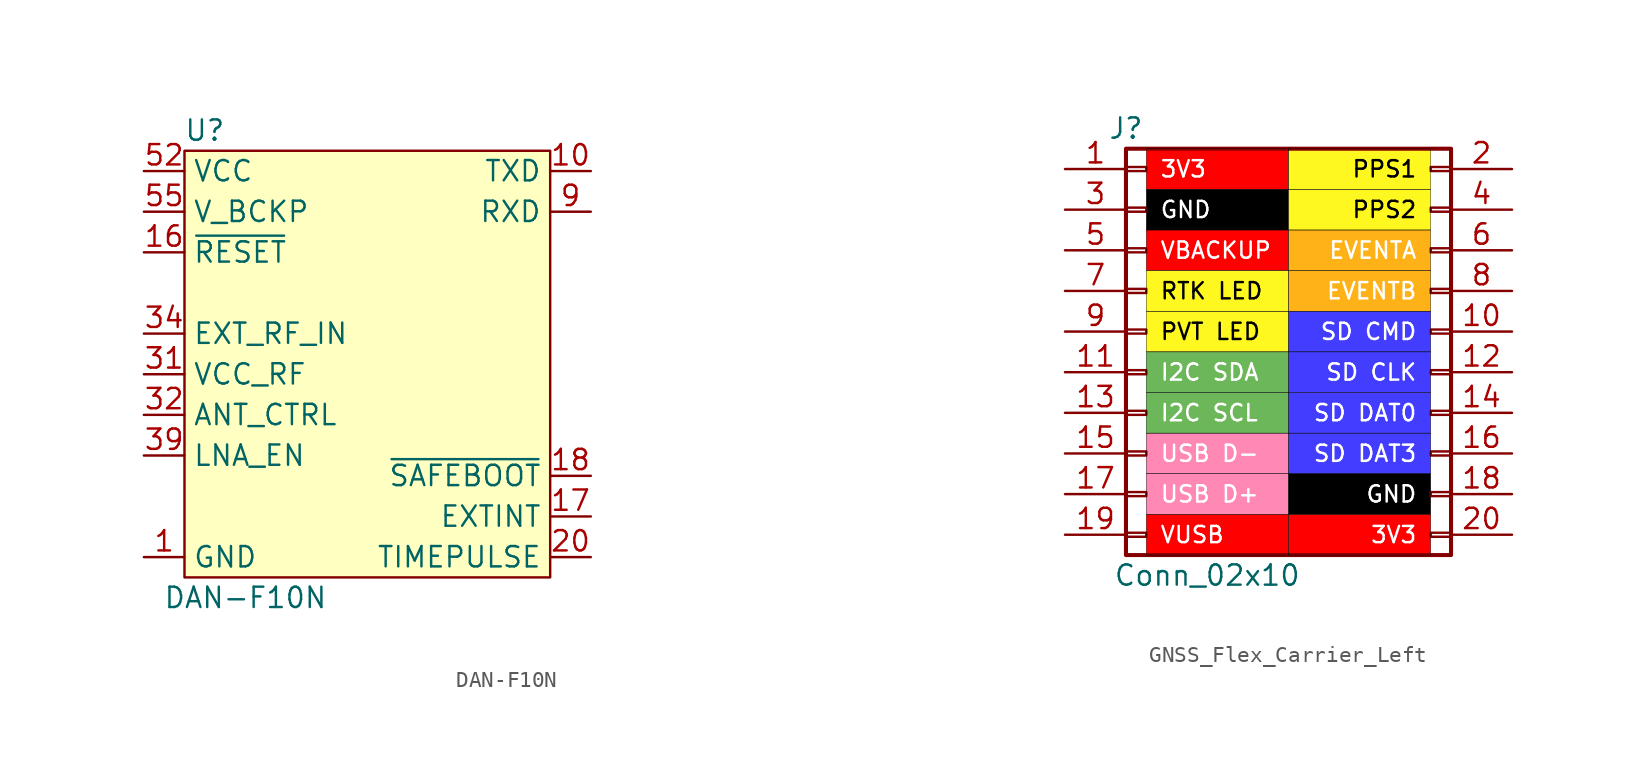
<source format=kicad_sym>
(kicad_symbol_lib
  (version 20241209)
  (generator "kicad_symbol_editor")
  (generator_version "9.0")
  (symbol "DAN-F10N"
    (property "Reference" "U"
      (at -10.16 13.97 0)
      (effects (font (size 1.27 1.27))))
    (property "Value" "DAN-F10N"
      (at -7.62 -15.24 0)
      (effects (font (size 1.27 1.27))))
    (symbol "DAN-F10N_1_1"
      (rectangle (start -11.43 12.7) (end 11.43 -13.97) (stroke (width 0) (type default)) (fill (type background)))
      (pin power_in line (at -13.97 11.43 0) (length 2.54) (name "VCC" (effects (font (size 1.27 1.27)))) (number "52" (effects (font (size 1.27 1.27)))))
      (pin power_in line (at -13.97 11.43 0) (length 2.54) (hide yes) (name "VCC" (effects (font (size 1.27 1.27)))) (number "53" (effects (font (size 1.27 1.27)))))
      (pin power_in line (at -13.97 8.89 0) (length 2.54) (name "V_BCKP" (effects (font (size 1.27 1.27)))) (number "55" (effects (font (size 1.27 1.27)))))
      (pin input line (at -13.97 6.35 0) (length 2.54) (name "~{RESET}" (effects (font (size 1.27 1.27)))) (number "16" (effects (font (size 1.27 1.27)))))
      (pin input line (at -13.97 1.27 0) (length 2.54) (name "EXT_RF_IN" (effects (font (size 1.27 1.27)))) (number "34" (effects (font (size 1.27 1.27)))))
      (pin output line (at -13.97 -1.27 0) (length 2.54) (name "VCC_RF" (effects (font (size 1.27 1.27)))) (number "31" (effects (font (size 1.27 1.27)))))
      (pin input line (at -13.97 -3.81 0) (length 2.54) (name "ANT_CTRL" (effects (font (size 1.27 1.27)))) (number "32" (effects (font (size 1.27 1.27)))))
      (pin output line (at -13.97 -6.35 0) (length 2.54) (name "LNA_EN" (effects (font (size 1.27 1.27)))) (number "39" (effects (font (size 1.27 1.27)))))
      (pin power_in line (at -13.97 -12.7 0) (length 2.54) (name "GND" (effects (font (size 1.27 1.27)))) (number "1" (effects (font (size 1.27 1.27)))))
      (pin power_in line (at -13.97 -12.7 0) (length 2.54) (hide yes) (name "GND" (effects (font (size 1.27 1.27)))) (number "13" (effects (font (size 1.27 1.27)))))
      (pin power_in line (at -13.97 -12.7 0) (length 2.54) (hide yes) (name "GND" (effects (font (size 1.27 1.27)))) (number "14" (effects (font (size 1.27 1.27)))))
      (pin power_in line (at -13.97 -12.7 0) (length 2.54) (hide yes) (name "GND" (effects (font (size 1.27 1.27)))) (number "15" (effects (font (size 1.27 1.27)))))
      (pin power_in line (at -13.97 -12.7 0) (length 2.54) (hide yes) (name "GND" (effects (font (size 1.27 1.27)))) (number "19" (effects (font (size 1.27 1.27)))))
      (pin power_in line (at -13.97 -12.7 0) (length 2.54) (hide yes) (name "GND" (effects (font (size 1.27 1.27)))) (number "2" (effects (font (size 1.27 1.27)))))
      (pin power_in line (at -13.97 -12.7 0) (length 2.54) (hide yes) (name "GND" (effects (font (size 1.27 1.27)))) (number "21" (effects (font (size 1.27 1.27)))))
      (pin power_in line (at -13.97 -12.7 0) (length 2.54) (hide yes) (name "GND" (effects (font (size 1.27 1.27)))) (number "22" (effects (font (size 1.27 1.27)))))
      (pin power_in line (at -13.97 -12.7 0) (length 2.54) (hide yes) (name "GND" (effects (font (size 1.27 1.27)))) (number "23" (effects (font (size 1.27 1.27)))))
      (pin power_in line (at -13.97 -12.7 0) (length 2.54) (hide yes) (name "GND" (effects (font (size 1.27 1.27)))) (number "26" (effects (font (size 1.27 1.27)))))
      (pin power_in line (at -13.97 -12.7 0) (length 2.54) (hide yes) (name "GND" (effects (font (size 1.27 1.27)))) (number "27" (effects (font (size 1.27 1.27)))))
      (pin power_in line (at -13.97 -12.7 0) (length 2.54) (hide yes) (name "GND" (effects (font (size 1.27 1.27)))) (number "28" (effects (font (size 1.27 1.27)))))
      (pin power_in line (at -13.97 -12.7 0) (length 2.54) (hide yes) (name "GND" (effects (font (size 1.27 1.27)))) (number "29" (effects (font (size 1.27 1.27)))))
      (pin power_in line (at -13.97 -12.7 0) (length 2.54) (hide yes) (name "GND" (effects (font (size 1.27 1.27)))) (number "3" (effects (font (size 1.27 1.27)))))
      (pin power_in line (at -13.97 -12.7 0) (length 2.54) (hide yes) (name "GND" (effects (font (size 1.27 1.27)))) (number "30" (effects (font (size 1.27 1.27)))))
      (pin power_in line (at -13.97 -12.7 0) (length 2.54) (hide yes) (name "GND" (effects (font (size 1.27 1.27)))) (number "33" (effects (font (size 1.27 1.27)))))
      (pin power_in line (at -13.97 -12.7 0) (length 2.54) (hide yes) (name "GND" (effects (font (size 1.27 1.27)))) (number "35" (effects (font (size 1.27 1.27)))))
      (pin power_in line (at -13.97 -12.7 0) (length 2.54) (hide yes) (name "GND" (effects (font (size 1.27 1.27)))) (number "37" (effects (font (size 1.27 1.27)))))
      (pin power_in line (at -13.97 -12.7 0) (length 2.54) (hide yes) (name "GND" (effects (font (size 1.27 1.27)))) (number "38" (effects (font (size 1.27 1.27)))))
      (pin power_in line (at -13.97 -12.7 0) (length 2.54) (hide yes) (name "GND" (effects (font (size 1.27 1.27)))) (number "4" (effects (font (size 1.27 1.27)))))
      (pin power_in line (at -13.97 -12.7 0) (length 2.54) (hide yes) (name "GND" (effects (font (size 1.27 1.27)))) (number "40" (effects (font (size 1.27 1.27)))))
      (pin power_in line (at -13.97 -12.7 0) (length 2.54) (hide yes) (name "GND" (effects (font (size 1.27 1.27)))) (number "41" (effects (font (size 1.27 1.27)))))
      (pin power_in line (at -13.97 -12.7 0) (length 2.54) (hide yes) (name "GND" (effects (font (size 1.27 1.27)))) (number "42" (effects (font (size 1.27 1.27)))))
      (pin power_in line (at -13.97 -12.7 0) (length 2.54) (hide yes) (name "GND" (effects (font (size 1.27 1.27)))) (number "43" (effects (font (size 1.27 1.27)))))
      (pin power_in line (at -13.97 -12.7 0) (length 2.54) (hide yes) (name "GND" (effects (font (size 1.27 1.27)))) (number "44" (effects (font (size 1.27 1.27)))))
      (pin power_in line (at -13.97 -12.7 0) (length 2.54) (hide yes) (name "GND" (effects (font (size 1.27 1.27)))) (number "47" (effects (font (size 1.27 1.27)))))
      (pin power_in line (at -13.97 -12.7 0) (length 2.54) (hide yes) (name "GND" (effects (font (size 1.27 1.27)))) (number "48" (effects (font (size 1.27 1.27)))))
      (pin power_in line (at -13.97 -12.7 0) (length 2.54) (hide yes) (name "GND" (effects (font (size 1.27 1.27)))) (number "49" (effects (font (size 1.27 1.27)))))
      (pin power_in line (at -13.97 -12.7 0) (length 2.54) (hide yes) (name "GND" (effects (font (size 1.27 1.27)))) (number "5" (effects (font (size 1.27 1.27)))))
      (pin power_in line (at -13.97 -12.7 0) (length 2.54) (hide yes) (name "GND" (effects (font (size 1.27 1.27)))) (number "50" (effects (font (size 1.27 1.27)))))
      (pin power_in line (at -13.97 -12.7 0) (length 2.54) (hide yes) (name "GND" (effects (font (size 1.27 1.27)))) (number "51" (effects (font (size 1.27 1.27)))))
      (pin power_in line (at -13.97 -12.7 0) (length 2.54) (hide yes) (name "GND" (effects (font (size 1.27 1.27)))) (number "54" (effects (font (size 1.27 1.27)))))
      (pin power_in line (at -13.97 -12.7 0) (length 2.54) (hide yes) (name "GND" (effects (font (size 1.27 1.27)))) (number "56" (effects (font (size 1.27 1.27)))))
      (pin power_in line (at -13.97 -12.7 0) (length 2.54) (hide yes) (name "GND" (effects (font (size 1.27 1.27)))) (number "57" (effects (font (size 1.27 1.27)))))
      (pin power_in line (at -13.97 -12.7 0) (length 2.54) (hide yes) (name "GND" (effects (font (size 1.27 1.27)))) (number "6" (effects (font (size 1.27 1.27)))))
      (pin power_in line (at -13.97 -12.7 0) (length 2.54) (hide yes) (name "GND" (effects (font (size 1.27 1.27)))) (number "7" (effects (font (size 1.27 1.27)))))
      (pin power_in line (at -13.97 -12.7 0) (length 2.54) (hide yes) (name "GND" (effects (font (size 1.27 1.27)))) (number "8" (effects (font (size 1.27 1.27)))))
      (pin output line (at 13.97 11.43 180) (length 2.54) (name "TXD" (effects (font (size 1.27 1.27)))) (number "10" (effects (font (size 1.27 1.27)))))
      (pin input line (at 13.97 8.89 180) (length 2.54) (name "RXD" (effects (font (size 1.27 1.27)))) (number "9" (effects (font (size 1.27 1.27)))))
      (pin input line (at 13.97 -7.62 180) (length 2.54) (name "~{SAFEBOOT}" (effects (font (size 1.27 1.27)))) (number "18" (effects (font (size 1.27 1.27)))))
      (pin input line (at 13.97 -10.16 180) (length 2.54) (name "EXTINT" (effects (font (size 1.27 1.27)))) (number "17" (effects (font (size 1.27 1.27)))))
      (pin output line (at 13.97 -12.7 180) (length 2.54) (name "TIMEPULSE" (effects (font (size 1.27 1.27)))) (number "20" (effects (font (size 1.27 1.27)))))
      (pin no_connect line (at 29.21 3.81 0) (length 2.54) (hide yes) (name "Reserved" (effects (font (size 1.27 1.27)))) (number "11" (effects (font (size 1.27 1.27)))))
      (pin no_connect line (at 29.21 1.27 0) (length 2.54) (hide yes) (name "Reserved" (effects (font (size 1.27 1.27)))) (number "12" (effects (font (size 1.27 1.27)))))
      (pin no_connect line (at 29.21 -1.27 0) (length 2.54) (hide yes) (name "Reserved" (effects (font (size 1.27 1.27)))) (number "24" (effects (font (size 1.27 1.27)))))
      (pin no_connect line (at 29.21 -3.81 0) (length 2.54) (hide yes) (name "Reserved" (effects (font (size 1.27 1.27)))) (number "25" (effects (font (size 1.27 1.27)))))
      (pin no_connect line (at 29.21 -6.35 0) (length 2.54) (hide yes) (name "Reserved" (effects (font (size 1.27 1.27)))) (number "36" (effects (font (size 1.27 1.27)))))
      (pin no_connect line (at 29.21 -8.89 0) (length 2.54) (hide yes) (name "Reserved" (effects (font (size 1.27 1.27)))) (number "45" (effects (font (size 1.27 1.27)))))
      (pin no_connect line (at 29.21 -11.43 0) (length 2.54) (hide yes) (name "Reserved" (effects (font (size 1.27 1.27)))) (number "46" (effects (font (size 1.27 1.27)))))))
  (symbol "GNSS_Flex_Carrier_Left"
    (pin_names
      (offset 1.016)
      (hide yes))
    (property "Reference" "J"
      (at -10.16 12.7 0)
      (effects (font (size 1.27 1.27))))
    (property "Value" "Conn_02x10"
      (at -5.08 -15.24 0)
      (effects (font (size 1.27 1.27))))
    (symbol "GNSS_Flex_Carrier_Left_1_1"
      (rectangle (start -10.16 11.43) (end 10.16 -13.97) (stroke (width 0.254) (type default)) (fill (type none)))
      (rectangle (start -10.16 10.287) (end -8.89 10.033) (stroke (width 0.152) (type default)) (fill (type none)))
      (rectangle (start -10.16 7.747) (end -8.89 7.493) (stroke (width 0.152) (type default)) (fill (type none)))
      (rectangle (start -10.16 5.207) (end -8.89 4.953) (stroke (width 0.152) (type default)) (fill (type none)))
      (rectangle (start -10.16 2.667) (end -8.89 2.413) (stroke (width 0.152) (type default)) (fill (type none)))
      (rectangle (start -10.16 0.127) (end -8.89 -0.127) (stroke (width 0.152) (type default)) (fill (type none)))
      (rectangle (start -10.16 -2.413) (end -8.89 -2.667) (stroke (width 0.152) (type default)) (fill (type none)))
      (rectangle (start -10.16 -4.953) (end -8.89 -5.207) (stroke (width 0.152) (type default)) (fill (type none)))
      (rectangle (start -10.16 -7.493) (end -8.89 -7.747) (stroke (width 0.152) (type default)) (fill (type none)))
      (rectangle (start -10.16 -10.033) (end -8.89 -10.287) (stroke (width 0.152) (type default)) (fill (type none)))
      (rectangle (start -10.16 -12.573) (end -8.89 -12.827) (stroke (width 0.152) (type default)) (fill (type none)))
      (rectangle (start 8.89 10.287) (end 10.16 10.033) (stroke (width 0.152) (type default)) (fill (type none)))
      (rectangle (start 8.89 7.747) (end 10.16 7.493) (stroke (width 0.152) (type default)) (fill (type none)))
      (rectangle (start 8.89 5.207) (end 10.16 4.953) (stroke (width 0.152) (type default)) (fill (type none)))
      (rectangle (start 8.89 2.667) (end 10.16 2.413) (stroke (width 0.152) (type default)) (fill (type none)))
      (rectangle (start 8.89 0.127) (end 10.16 -0.127) (stroke (width 0.152) (type default)) (fill (type none)))
      (rectangle (start 8.89 -2.413) (end 10.16 -2.667) (stroke (width 0.152) (type default)) (fill (type none)))
      (rectangle (start 8.89 -4.953) (end 10.16 -5.207) (stroke (width 0.152) (type default)) (fill (type none)))
      (rectangle (start 8.89 -7.493) (end 10.16 -7.747) (stroke (width 0.152) (type default)) (fill (type none)))
      (rectangle (start 8.89 -10.033) (end 10.16 -10.287) (stroke (width 0.152) (type default)) (fill (type none)))
      (rectangle (start 8.89 -12.573) (end 10.16 -12.827) (stroke (width 0.152) (type default)) (fill (type none)))
      (text_box "3V3" (at -8.89 11.43 0) (size 8.89 -2.54) (margins 0.813 0.813 0.813 0.813) (stroke (width 0.025) (type default) (color 0 0 1 1)) (fill (type color) (color 255 0 0 1)) (effects (font (size 1.016 1.016) (color 255 255 255 1)) (justify left)))
      (text_box "GND" (at -8.89 8.89 0) (size 8.89 -2.54) (margins 0.813 0.813 0.813 0.813) (stroke (width 0.025) (type default) (color 0 0 1 1)) (fill (type color) (color 0 0 0 1)) (effects (font (size 1.016 1.016) (color 255 255 255 1)) (justify left)))
      (text_box "VBACKUP" (at -8.89 6.35 0) (size 8.89 -2.54) (margins 0.813 0.813 0.813 0.813) (stroke (width 0.025) (type default) (color 0 0 1 1)) (fill (type color) (color 255 0 0 1)) (effects (font (size 1.016 1.016) (color 255 255 255 1)) (justify left)))
      (text_box "RTK LED" (at -8.89 3.81 0) (size 8.89 -2.54) (margins 0.813 0.813 0.813 0.813) (stroke (width 0.025) (type default) (color 0 0 1 1)) (fill (type color) (color 255 248 32 1)) (effects (font (size 1.016 1.016) (color 0 0 0 1)) (justify left)))
      (text_box "PVT LED" (at -8.89 1.27 0) (size 8.89 -2.54) (margins 0.813 0.813 0.813 0.813) (stroke (width 0.025) (type default) (color 0 0 1 1)) (fill (type color) (color 255 248 32 1)) (effects (font (size 1.016 1.016) (color 0 0 0 1)) (justify left)))
      (text_box "I2C SDA" (at -8.89 -1.27 0) (size 8.89 -2.54) (margins 0.813 0.813 0.813 0.813) (stroke (width 0.025) (type default) (color 0 0 1 1)) (fill (type color) (color 108 183 90 1)) (effects (font (size 1.016 1.016) (color 255 255 255 1)) (justify left)))
      (text_box "I2C SCL" (at -8.89 -3.81 0) (size 8.89 -2.54) (margins 0.813 0.813 0.813 0.813) (stroke (width 0.025) (type default) (color 0 0 1 1)) (fill (type color) (color 108 183 90 1)) (effects (font (size 1.016 1.016) (color 255 255 255 1)) (justify left)))
      (text_box "USB D-" (at -8.89 -6.35 0) (size 8.89 -2.54) (margins 0.813 0.813 0.813 0.813) (stroke (width 0.025) (type default) (color 0 0 1 1)) (fill (type color) (color 255 136 181 1)) (effects (font (size 1.016 1.016) (color 255 255 255 1)) (justify left)))
      (text_box "USB D+" (at -8.89 -8.89 0) (size 8.89 -2.54) (margins 0.813 0.813 0.813 0.813) (stroke (width 0.025) (type default) (color 0 0 1 1)) (fill (type color) (color 255 136 181 1)) (effects (font (size 1.016 1.016) (color 255 255 255 1)) (justify left)))
      (text_box "VUSB" (at -8.89 -11.43 0) (size 8.89 -2.54) (margins 0.813 0.813 0.813 0.813) (stroke (width 0.025) (type default) (color 0 0 1 1)) (fill (type color) (color 255 0 0 1)) (effects (font (size 1.016 1.016) (color 255 255 255 1)) (justify left)))
      (text_box "PPS1" (at 0 11.43 0) (size 8.89 -2.54) (margins 0.813 0.813 0.813 0.813) (stroke (width 0.025) (type default) (color 0 0 1 1)) (fill (type color) (color 255 248 32 1)) (effects (font (size 1.016 1.016) (color 0 0 0 1)) (justify right)))
      (text_box "PPS2" (at 0 8.89 0) (size 8.89 -2.54) (margins 0.813 0.813 0.813 0.813) (stroke (width 0.025) (type default) (color 0 0 1 1)) (fill (type color) (color 255 248 32 1)) (effects (font (size 1.016 1.016) (color 0 0 0 1)) (justify right)))
      (text_box "EVENTA" (at 0 6.35 0) (size 8.89 -2.54) (margins 0.813 0.813 0.813 0.813) (stroke (width 0.025) (type default) (color 0 0 1 1)) (fill (type color) (color 255 178 23 1)) (effects (font (size 1.016 1.016) (color 255 255 255 1)) (justify right)))
      (text_box "EVENTB" (at 0 3.81 0) (size 8.89 -2.54) (margins 0.813 0.813 0.813 0.813) (stroke (width 0.025) (type default) (color 0 0 1 1)) (fill (type color) (color 255 178 23 1)) (effects (font (size 1.016 1.016) (color 255 255 255 1)) (justify right)))
      (text_box "SD CMD" (at 0 1.27 0) (size 8.89 -2.54) (margins 0.813 0.813 0.813 0.813) (stroke (width 0.025) (type default) (color 0 0 1 1)) (fill (type color) (color 67 61 255 1)) (effects (font (size 1.016 1.016) (color 255 255 255 1)) (justify right)))
      (text_box "SD CLK" (at 0 -1.27 0) (size 8.89 -2.54) (margins 0.813 0.813 0.813 0.813) (stroke (width 0.025) (type default) (color 0 0 1 1)) (fill (type color) (color 67 61 255 1)) (effects (font (size 1.016 1.016) (color 255 255 255 1)) (justify right)))
      (text_box "SD DAT0" (at 0 -3.81 0) (size 8.89 -2.54) (margins 0.813 0.813 0.813 0.813) (stroke (width 0.025) (type default) (color 0 0 1 1)) (fill (type color) (color 67 61 255 1)) (effects (font (size 1.016 1.016) (color 255 255 255 1)) (justify right)))
      (text_box "SD DAT3" (at 0 -6.35 0) (size 8.89 -2.54) (margins 0.813 0.813 0.813 0.813) (stroke (width 0.025) (type default) (color 0 0 1 1)) (fill (type color) (color 67 61 255 1)) (effects (font (size 1.016 1.016) (color 255 255 255 1)) (justify right)))
      (text_box "GND" (at 0 -8.89 0) (size 8.89 -2.54) (margins 0.813 0.813 0.813 0.813) (stroke (width 0.025) (type default) (color 0 0 1 1)) (fill (type color) (color 0 0 0 1)) (effects (font (size 1.016 1.016) (color 255 255 255 1)) (justify right)))
      (text_box "3V3" (at 0 -11.43 0) (size 8.89 -2.54) (margins 0.813 0.813 0.813 0.813) (stroke (width 0.025) (type default) (color 0 0 1 1)) (fill (type color) (color 255 0 0 1)) (effects (font (size 1.016 1.016) (color 255 255 255 1)) (justify right)))
      (pin passive line (at -13.97 10.16 0) (length 3.81) (name "Pin_1" (effects (font (size 1.27 1.27)))) (number "1" (effects (font (size 1.27 1.27)))))
      (pin passive line (at -13.97 7.62 0) (length 3.81) (name "Pin_3" (effects (font (size 1.27 1.27)))) (number "3" (effects (font (size 1.27 1.27)))))
      (pin passive line (at -13.97 5.08 0) (length 3.81) (name "Pin_5" (effects (font (size 1.27 1.27)))) (number "5" (effects (font (size 1.27 1.27)))))
      (pin passive line (at -13.97 2.54 0) (length 3.81) (name "Pin_7" (effects (font (size 1.27 1.27)))) (number "7" (effects (font (size 1.27 1.27)))))
      (pin passive line (at -13.97 0 0) (length 3.81) (name "Pin_9" (effects (font (size 1.27 1.27)))) (number "9" (effects (font (size 1.27 1.27)))))
      (pin passive line (at -13.97 -2.54 0) (length 3.81) (name "Pin_11" (effects (font (size 1.27 1.27)))) (number "11" (effects (font (size 1.27 1.27)))))
      (pin passive line (at -13.97 -5.08 0) (length 3.81) (name "Pin_13" (effects (font (size 1.27 1.27)))) (number "13" (effects (font (size 1.27 1.27)))))
      (pin passive line (at -13.97 -7.62 0) (length 3.81) (name "Pin_15" (effects (font (size 1.27 1.27)))) (number "15" (effects (font (size 1.27 1.27)))))
      (pin passive line (at -13.97 -10.16 0) (length 3.81) (name "Pin_17" (effects (font (size 1.27 1.27)))) (number "17" (effects (font (size 1.27 1.27)))))
      (pin passive line (at -13.97 -12.7 0) (length 3.81) (name "Pin_19" (effects (font (size 1.27 1.27)))) (number "19" (effects (font (size 1.27 1.27)))))
      (pin passive line (at 13.97 10.16 180) (length 3.81) (name "Pin_2" (effects (font (size 1.27 1.27)))) (number "2" (effects (font (size 1.27 1.27)))))
      (pin passive line (at 13.97 7.62 180) (length 3.81) (name "Pin_4" (effects (font (size 1.27 1.27)))) (number "4" (effects (font (size 1.27 1.27)))))
      (pin passive line (at 13.97 5.08 180) (length 3.81) (name "Pin_6" (effects (font (size 1.27 1.27)))) (number "6" (effects (font (size 1.27 1.27)))))
      (pin passive line (at 13.97 2.54 180) (length 3.81) (name "Pin_8" (effects (font (size 1.27 1.27)))) (number "8" (effects (font (size 1.27 1.27)))))
      (pin passive line (at 13.97 0 180) (length 3.81) (name "Pin_10" (effects (font (size 1.27 1.27)))) (number "10" (effects (font (size 1.27 1.27)))))
      (pin passive line (at 13.97 -2.54 180) (length 3.81) (name "Pin_12" (effects (font (size 1.27 1.27)))) (number "12" (effects (font (size 1.27 1.27)))))
      (pin passive line (at 13.97 -5.08 180) (length 3.81) (name "Pin_14" (effects (font (size 1.27 1.27)))) (number "14" (effects (font (size 1.27 1.27)))))
      (pin passive line (at 13.97 -7.62 180) (length 3.81) (name "Pin_16" (effects (font (size 1.27 1.27)))) (number "16" (effects (font (size 1.27 1.27)))))
      (pin passive line (at 13.97 -10.16 180) (length 3.81) (name "Pin_18" (effects (font (size 1.27 1.27)))) (number "18" (effects (font (size 1.27 1.27)))))
      (pin passive line (at 13.97 -12.7 180) (length 3.81) (name "Pin_20" (effects (font (size 1.27 1.27)))) (number "20" (effects (font (size 1.27 1.27))))))))
</source>
